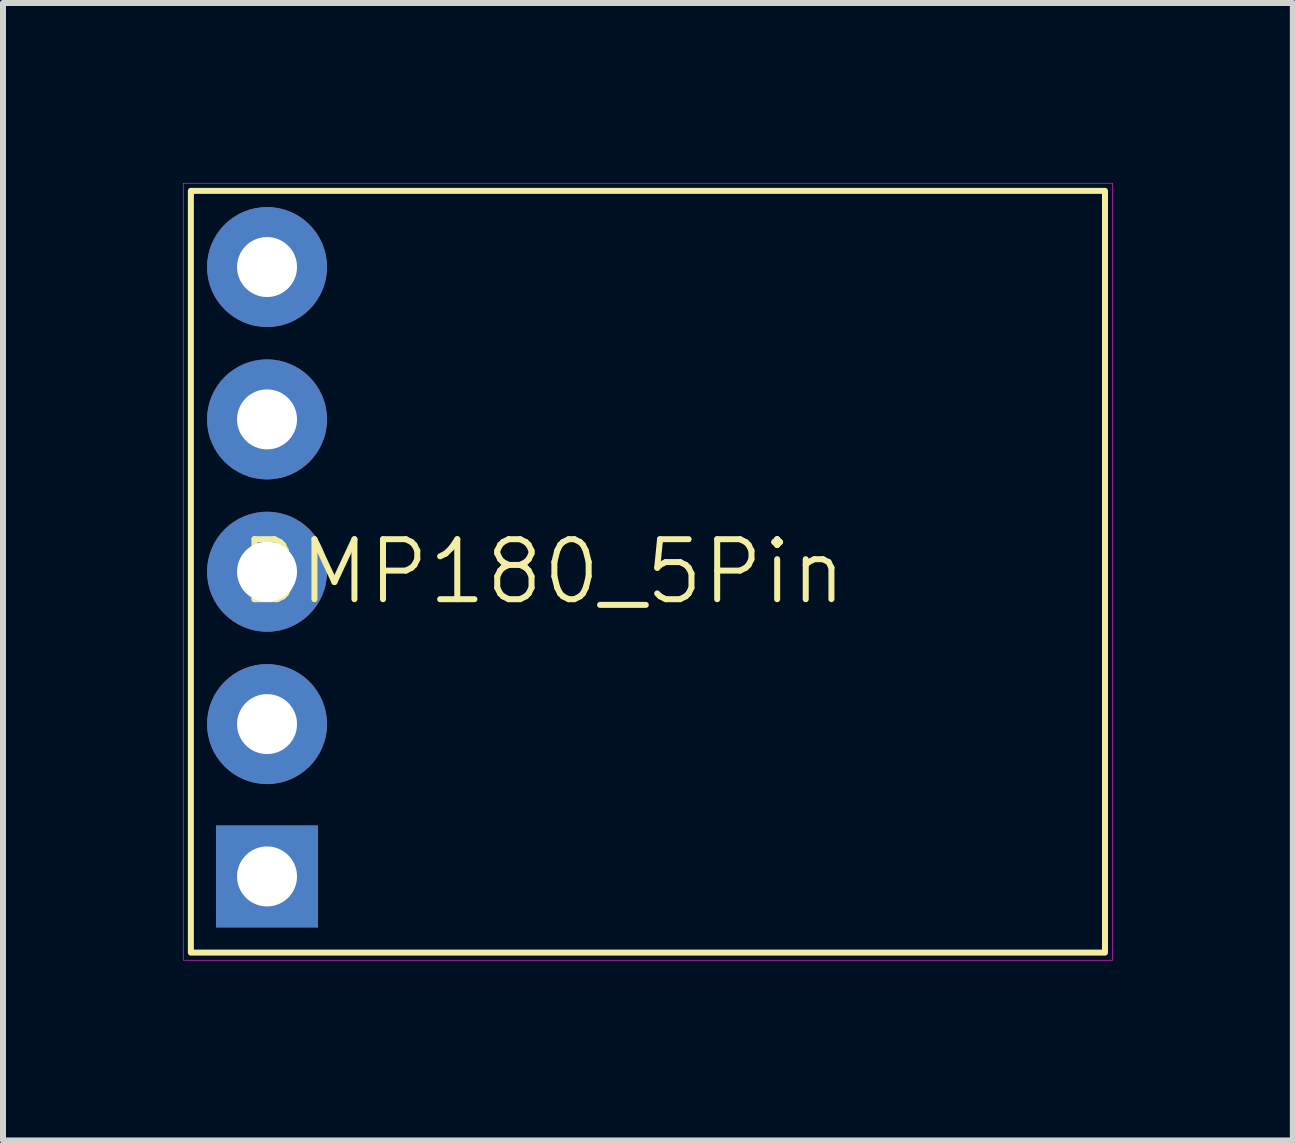
<source format=kicad_pcb>
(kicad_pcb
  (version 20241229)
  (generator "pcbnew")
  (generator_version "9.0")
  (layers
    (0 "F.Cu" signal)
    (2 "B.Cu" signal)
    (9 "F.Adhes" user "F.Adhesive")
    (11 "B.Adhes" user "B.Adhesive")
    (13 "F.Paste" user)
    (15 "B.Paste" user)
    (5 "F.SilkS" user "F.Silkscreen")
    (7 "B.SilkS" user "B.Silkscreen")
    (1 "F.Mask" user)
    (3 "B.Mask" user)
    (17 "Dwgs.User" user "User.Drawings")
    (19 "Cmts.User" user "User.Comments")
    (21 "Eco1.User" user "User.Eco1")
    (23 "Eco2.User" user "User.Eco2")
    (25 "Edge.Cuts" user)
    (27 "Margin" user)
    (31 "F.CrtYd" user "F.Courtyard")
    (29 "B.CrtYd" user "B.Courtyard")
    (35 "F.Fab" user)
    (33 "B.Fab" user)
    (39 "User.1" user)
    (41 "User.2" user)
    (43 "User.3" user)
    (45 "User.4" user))
  (footprint "BMP180_5Pin"
    (layer "F.Cu")
    (at 1.402 6.482)
    (property "Reference" "BMP180_5Pin" (at 4.6 0 0) (unlocked yes) (layer "F.SilkS") (effects (font (size 1 1) (thickness 0.1))))
    (attr smd)
    (fp_rect (start -1.27 6.35) (end 13.97 -6.35) (stroke (width 0.1) (type default)) (fill no) (layer "F.SilkS"))
    (fp_rect (start -1.397 6.477) (end 14.097 -6.477) (stroke (width 0.01) (type solid)) (fill no) (layer "F.CrtYd"))
    (pad "1" thru_hole rect (at 0 5.08) (size 1.7 1.7) (drill 1) (layers "*.Cu" "*.Mask"))
    (pad "2" thru_hole circle (at 0 2.54) (size 2 2) (drill 1) (layers "*.Cu" "*.Mask"))
    (pad "3" thru_hole circle (at 0 0) (size 2 2) (drill 1) (layers "*.Cu" "*.Mask"))
    (pad "4" thru_hole circle (at 0 -2.54) (size 2 2) (drill 1) (layers "*.Cu" "*.Mask"))
    (pad "5" thru_hole circle (at 0 -5.08) (size 2 2) (drill 1) (layers "*.Cu" "*.Mask")))
  (gr_rect
    (start -3 -3)
    (end 18.504 15.964)
    (stroke (width 0.1) (type default))
    (fill no)
    (layer "Edge.Cuts")))
</source>
